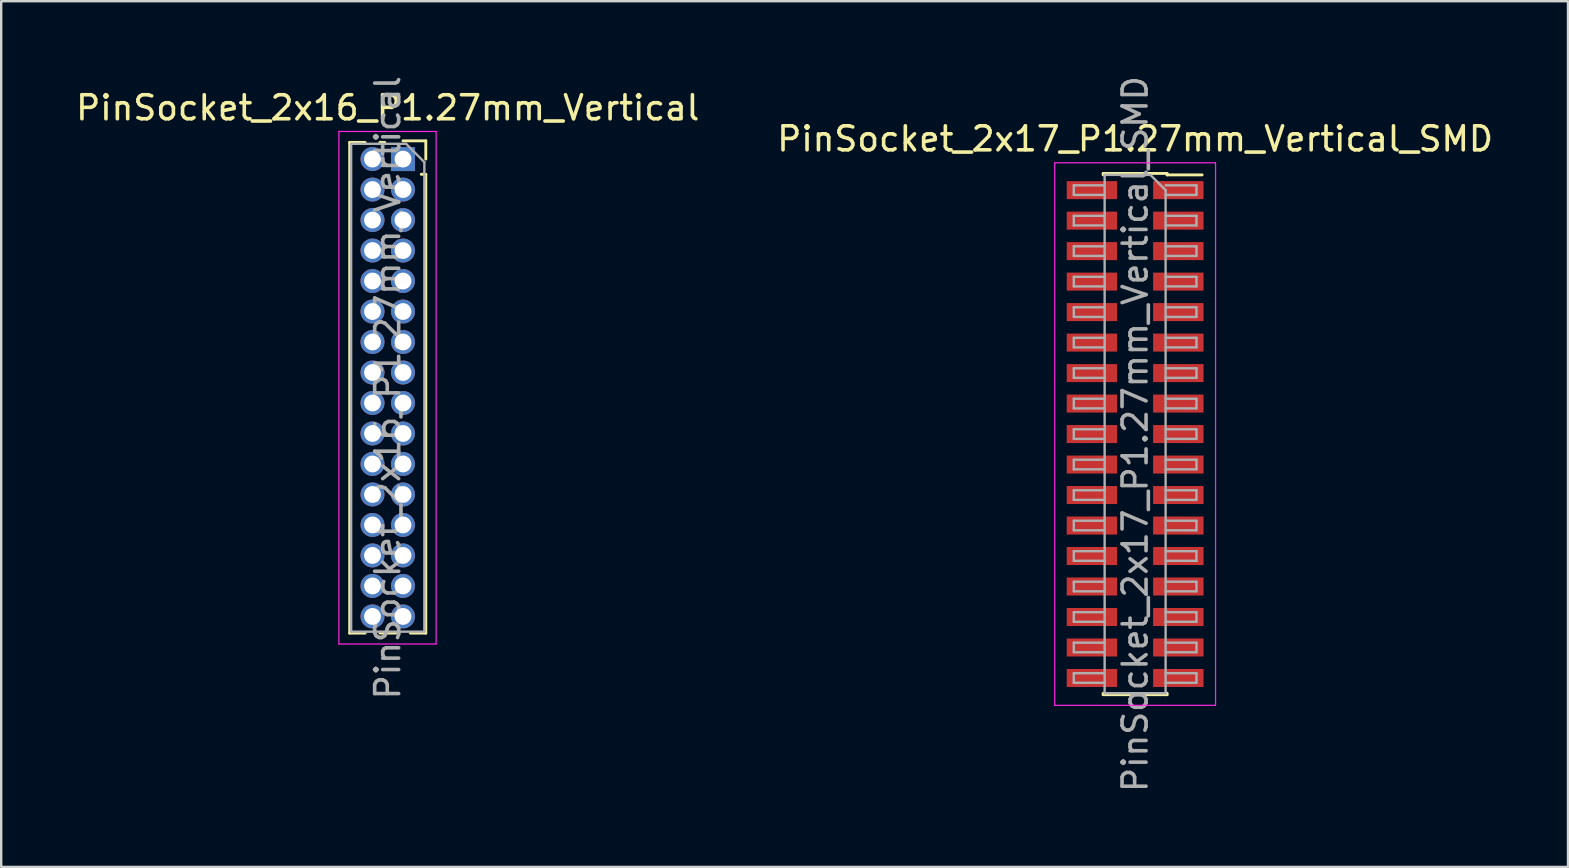
<source format=kicad_pcb>
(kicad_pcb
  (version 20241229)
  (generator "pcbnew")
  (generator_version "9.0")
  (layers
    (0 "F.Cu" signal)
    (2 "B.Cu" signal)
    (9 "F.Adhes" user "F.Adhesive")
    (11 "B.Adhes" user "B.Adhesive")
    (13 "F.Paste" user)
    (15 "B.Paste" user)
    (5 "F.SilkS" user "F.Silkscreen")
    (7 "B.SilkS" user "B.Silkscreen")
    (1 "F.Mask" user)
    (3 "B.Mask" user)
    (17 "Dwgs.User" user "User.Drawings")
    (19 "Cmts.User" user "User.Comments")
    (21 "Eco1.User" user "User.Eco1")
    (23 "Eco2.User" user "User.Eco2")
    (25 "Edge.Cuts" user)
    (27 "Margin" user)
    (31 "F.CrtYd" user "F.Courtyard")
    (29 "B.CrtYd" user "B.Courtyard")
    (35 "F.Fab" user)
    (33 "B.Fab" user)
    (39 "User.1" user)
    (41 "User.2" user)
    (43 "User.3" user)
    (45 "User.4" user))
  (footprint "PinSocket_2x16_P1.27mm_Vertical"
    (layer "F.Cu")
    (at 13.736 3.576)
    (property "Reference" "PinSocket_2x16_P1.27mm_Vertical" (at -0.635 -2.135 0) (layer "F.SilkS") (effects (font (size 1 1) (thickness 0.15))))
    (attr through_hole)
    (fp_line (start -2.22 -0.695) (end -2.22 19.745) (stroke (width 0.12) (type solid)) (layer "F.SilkS"))
    (fp_line (start -2.22 -0.695) (end -1.578 -0.695) (stroke (width 0.12) (type solid)) (layer "F.SilkS"))
    (fp_line (start -2.22 19.745) (end -1.578 19.745) (stroke (width 0.12) (type solid)) (layer "F.SilkS"))
    (fp_line (start -0.962 -0.695) (end -0.76 -0.695) (stroke (width 0.12) (type solid)) (layer "F.SilkS"))
    (fp_line (start -0.962 19.745) (end -0.308 19.745) (stroke (width 0.12) (type solid)) (layer "F.SilkS"))
    (fp_line (start 0 -0.76) (end 0.95 -0.76) (stroke (width 0.12) (type solid)) (layer "F.SilkS"))
    (fp_line (start 0.308 19.745) (end 0.95 19.745) (stroke (width 0.12) (type solid)) (layer "F.SilkS"))
    (fp_line (start 0.76 0.635) (end 0.95 0.635) (stroke (width 0.12) (type solid)) (layer "F.SilkS"))
    (fp_line (start 0.95 -0.76) (end 0.95 0) (stroke (width 0.12) (type solid)) (layer "F.SilkS"))
    (fp_line (start 0.95 0.635) (end 0.95 19.745) (stroke (width 0.12) (type solid)) (layer "F.SilkS"))
    (fp_line (start -2.67 -1.15) (end 1.38 -1.15) (stroke (width 0.05) (type solid)) (layer "F.CrtYd"))
    (fp_line (start -2.67 20.2) (end -2.67 -1.15) (stroke (width 0.05) (type solid)) (layer "F.CrtYd"))
    (fp_line (start 1.38 -1.15) (end 1.38 20.2) (stroke (width 0.05) (type solid)) (layer "F.CrtYd"))
    (fp_line (start 1.38 20.2) (end -2.67 20.2) (stroke (width 0.05) (type solid)) (layer "F.CrtYd"))
    (fp_line (start -2.16 -0.635) (end 0.128 -0.635) (stroke (width 0.1) (type solid)) (layer "F.Fab"))
    (fp_line (start -2.16 19.685) (end -2.16 -0.635) (stroke (width 0.1) (type solid)) (layer "F.Fab"))
    (fp_line (start 0.128 -0.635) (end 0.89 0.128) (stroke (width 0.1) (type solid)) (layer "F.Fab"))
    (fp_line (start 0.89 0.128) (end 0.89 19.685) (stroke (width 0.1) (type solid)) (layer "F.Fab"))
    (fp_line (start 0.89 19.685) (end -2.16 19.685) (stroke (width 0.1) (type solid)) (layer "F.Fab"))
    (fp_text user "${REFERENCE}" (at -0.635 9.525 90) (layer "F.Fab") (effects (font (size 1 1) (thickness 0.15))))
    (pad "1" thru_hole rect (at 0 0) (size 1 1) (drill 0.7) (layers "*.Cu" "*.Mask"))
    (pad "2" thru_hole oval (at -1.27 0) (size 1 1) (drill 0.7) (layers "*.Cu" "*.Mask"))
    (pad "3" thru_hole oval (at 0 1.27) (size 1 1) (drill 0.7) (layers "*.Cu" "*.Mask"))
    (pad "4" thru_hole oval (at -1.27 1.27) (size 1 1) (drill 0.7) (layers "*.Cu" "*.Mask"))
    (pad "5" thru_hole oval (at 0 2.54) (size 1 1) (drill 0.7) (layers "*.Cu" "*.Mask"))
    (pad "6" thru_hole oval (at -1.27 2.54) (size 1 1) (drill 0.7) (layers "*.Cu" "*.Mask"))
    (pad "7" thru_hole oval (at 0 3.81) (size 1 1) (drill 0.7) (layers "*.Cu" "*.Mask"))
    (pad "8" thru_hole oval (at -1.27 3.81) (size 1 1) (drill 0.7) (layers "*.Cu" "*.Mask"))
    (pad "9" thru_hole oval (at 0 5.08) (size 1 1) (drill 0.7) (layers "*.Cu" "*.Mask"))
    (pad "10" thru_hole oval (at -1.27 5.08) (size 1 1) (drill 0.7) (layers "*.Cu" "*.Mask"))
    (pad "11" thru_hole oval (at 0 6.35) (size 1 1) (drill 0.7) (layers "*.Cu" "*.Mask"))
    (pad "12" thru_hole oval (at -1.27 6.35) (size 1 1) (drill 0.7) (layers "*.Cu" "*.Mask"))
    (pad "13" thru_hole oval (at 0 7.62) (size 1 1) (drill 0.7) (layers "*.Cu" "*.Mask"))
    (pad "14" thru_hole oval (at -1.27 7.62) (size 1 1) (drill 0.7) (layers "*.Cu" "*.Mask"))
    (pad "15" thru_hole oval (at 0 8.89) (size 1 1) (drill 0.7) (layers "*.Cu" "*.Mask"))
    (pad "16" thru_hole oval (at -1.27 8.89) (size 1 1) (drill 0.7) (layers "*.Cu" "*.Mask"))
    (pad "17" thru_hole oval (at 0 10.16) (size 1 1) (drill 0.7) (layers "*.Cu" "*.Mask"))
    (pad "18" thru_hole oval (at -1.27 10.16) (size 1 1) (drill 0.7) (layers "*.Cu" "*.Mask"))
    (pad "19" thru_hole oval (at 0 11.43) (size 1 1) (drill 0.7) (layers "*.Cu" "*.Mask"))
    (pad "20" thru_hole oval (at -1.27 11.43) (size 1 1) (drill 0.7) (layers "*.Cu" "*.Mask"))
    (pad "21" thru_hole oval (at 0 12.7) (size 1 1) (drill 0.7) (layers "*.Cu" "*.Mask"))
    (pad "22" thru_hole oval (at -1.27 12.7) (size 1 1) (drill 0.7) (layers "*.Cu" "*.Mask"))
    (pad "23" thru_hole oval (at 0 13.97) (size 1 1) (drill 0.7) (layers "*.Cu" "*.Mask"))
    (pad "24" thru_hole oval (at -1.27 13.97) (size 1 1) (drill 0.7) (layers "*.Cu" "*.Mask"))
    (pad "25" thru_hole oval (at 0 15.24) (size 1 1) (drill 0.7) (layers "*.Cu" "*.Mask"))
    (pad "26" thru_hole oval (at -1.27 15.24) (size 1 1) (drill 0.7) (layers "*.Cu" "*.Mask"))
    (pad "27" thru_hole oval (at 0 16.51) (size 1 1) (drill 0.7) (layers "*.Cu" "*.Mask"))
    (pad "28" thru_hole oval (at -1.27 16.51) (size 1 1) (drill 0.7) (layers "*.Cu" "*.Mask"))
    (pad "29" thru_hole oval (at 0 17.78) (size 1 1) (drill 0.7) (layers "*.Cu" "*.Mask"))
    (pad "30" thru_hole oval (at -1.27 17.78) (size 1 1) (drill 0.7) (layers "*.Cu" "*.Mask"))
    (pad "31" thru_hole oval (at 0 19.05) (size 1 1) (drill 0.7) (layers "*.Cu" "*.Mask"))
    (pad "32" thru_hole oval (at -1.27 19.05) (size 1 1) (drill 0.7) (layers "*.Cu" "*.Mask")))
  (footprint "PinSocket_2x17_P1.27mm_Vertical_SMD"
    (layer "F.Cu")
    (at 44.232 15.03)
    (property "Reference" "PinSocket_2x17_P1.27mm_Vertical_SMD" (at 0 -12.295 0) (layer "F.SilkS") (effects (font (size 1 1) (thickness 0.15))))
    (attr smd)
    (fp_line (start -1.33 -10.855) (end -1.33 -10.795) (stroke (width 0.12) (type solid)) (layer "F.SilkS"))
    (fp_line (start -1.33 -10.855) (end 1.33 -10.855) (stroke (width 0.12) (type solid)) (layer "F.SilkS"))
    (fp_line (start -1.33 10.795) (end -1.33 10.855) (stroke (width 0.12) (type solid)) (layer "F.SilkS"))
    (fp_line (start -1.33 10.855) (end 1.33 10.855) (stroke (width 0.12) (type solid)) (layer "F.SilkS"))
    (fp_line (start 1.33 -10.855) (end 1.33 -10.795) (stroke (width 0.12) (type solid)) (layer "F.SilkS"))
    (fp_line (start 1.33 -10.795) (end 2.79 -10.795) (stroke (width 0.12) (type solid)) (layer "F.SilkS"))
    (fp_line (start 1.33 10.795) (end 1.33 10.855) (stroke (width 0.12) (type solid)) (layer "F.SilkS"))
    (fp_line (start -3.35 -11.3) (end 3.35 -11.3) (stroke (width 0.05) (type solid)) (layer "F.CrtYd"))
    (fp_line (start -3.35 11.3) (end -3.35 -11.3) (stroke (width 0.05) (type solid)) (layer "F.CrtYd"))
    (fp_line (start 3.35 -11.3) (end 3.35 11.3) (stroke (width 0.05) (type solid)) (layer "F.CrtYd"))
    (fp_line (start 3.35 11.3) (end -3.35 11.3) (stroke (width 0.05) (type solid)) (layer "F.CrtYd"))
    (fp_line (start -2.555 -10.36) (end -1.27 -10.36) (stroke (width 0.1) (type solid)) (layer "F.Fab"))
    (fp_line (start -2.555 -9.96) (end -2.555 -10.36) (stroke (width 0.1) (type solid)) (layer "F.Fab"))
    (fp_line (start -2.555 -9.09) (end -1.27 -9.09) (stroke (width 0.1) (type solid)) (layer "F.Fab"))
    (fp_line (start -2.555 -8.69) (end -2.555 -9.09) (stroke (width 0.1) (type solid)) (layer "F.Fab"))
    (fp_line (start -2.555 -7.82) (end -1.27 -7.82) (stroke (width 0.1) (type solid)) (layer "F.Fab"))
    (fp_line (start -2.555 -7.42) (end -2.555 -7.82) (stroke (width 0.1) (type solid)) (layer "F.Fab"))
    (fp_line (start -2.555 -6.55) (end -1.27 -6.55) (stroke (width 0.1) (type solid)) (layer "F.Fab"))
    (fp_line (start -2.555 -6.15) (end -2.555 -6.55) (stroke (width 0.1) (type solid)) (layer "F.Fab"))
    (fp_line (start -2.555 -5.28) (end -1.27 -5.28) (stroke (width 0.1) (type solid)) (layer "F.Fab"))
    (fp_line (start -2.555 -4.88) (end -2.555 -5.28) (stroke (width 0.1) (type solid)) (layer "F.Fab"))
    (fp_line (start -2.555 -4.01) (end -1.27 -4.01) (stroke (width 0.1) (type solid)) (layer "F.Fab"))
    (fp_line (start -2.555 -3.61) (end -2.555 -4.01) (stroke (width 0.1) (type solid)) (layer "F.Fab"))
    (fp_line (start -2.555 -2.74) (end -1.27 -2.74) (stroke (width 0.1) (type solid)) (layer "F.Fab"))
    (fp_line (start -2.555 -2.34) (end -2.555 -2.74) (stroke (width 0.1) (type solid)) (layer "F.Fab"))
    (fp_line (start -2.555 -1.47) (end -1.27 -1.47) (stroke (width 0.1) (type solid)) (layer "F.Fab"))
    (fp_line (start -2.555 -1.07) (end -2.555 -1.47) (stroke (width 0.1) (type solid)) (layer "F.Fab"))
    (fp_line (start -2.555 -0.2) (end -1.27 -0.2) (stroke (width 0.1) (type solid)) (layer "F.Fab"))
    (fp_line (start -2.555 0.2) (end -2.555 -0.2) (stroke (width 0.1) (type solid)) (layer "F.Fab"))
    (fp_line (start -2.555 1.07) (end -1.27 1.07) (stroke (width 0.1) (type solid)) (layer "F.Fab"))
    (fp_line (start -2.555 1.47) (end -2.555 1.07) (stroke (width 0.1) (type solid)) (layer "F.Fab"))
    (fp_line (start -2.555 2.34) (end -1.27 2.34) (stroke (width 0.1) (type solid)) (layer "F.Fab"))
    (fp_line (start -2.555 2.74) (end -2.555 2.34) (stroke (width 0.1) (type solid)) (layer "F.Fab"))
    (fp_line (start -2.555 3.61) (end -1.27 3.61) (stroke (width 0.1) (type solid)) (layer "F.Fab"))
    (fp_line (start -2.555 4.01) (end -2.555 3.61) (stroke (width 0.1) (type solid)) (layer "F.Fab"))
    (fp_line (start -2.555 4.88) (end -1.27 4.88) (stroke (width 0.1) (type solid)) (layer "F.Fab"))
    (fp_line (start -2.555 5.28) (end -2.555 4.88) (stroke (width 0.1) (type solid)) (layer "F.Fab"))
    (fp_line (start -2.555 6.15) (end -1.27 6.15) (stroke (width 0.1) (type solid)) (layer "F.Fab"))
    (fp_line (start -2.555 6.55) (end -2.555 6.15) (stroke (width 0.1) (type solid)) (layer "F.Fab"))
    (fp_line (start -2.555 7.42) (end -1.27 7.42) (stroke (width 0.1) (type solid)) (layer "F.Fab"))
    (fp_line (start -2.555 7.82) (end -2.555 7.42) (stroke (width 0.1) (type solid)) (layer "F.Fab"))
    (fp_line (start -2.555 8.69) (end -1.27 8.69) (stroke (width 0.1) (type solid)) (layer "F.Fab"))
    (fp_line (start -2.555 9.09) (end -2.555 8.69) (stroke (width 0.1) (type solid)) (layer "F.Fab"))
    (fp_line (start -2.555 9.96) (end -1.27 9.96) (stroke (width 0.1) (type solid)) (layer "F.Fab"))
    (fp_line (start -2.555 10.36) (end -2.555 9.96) (stroke (width 0.1) (type solid)) (layer "F.Fab"))
    (fp_line (start -1.27 -10.795) (end 0.635 -10.795) (stroke (width 0.1) (type solid)) (layer "F.Fab"))
    (fp_line (start -1.27 -9.96) (end -2.555 -9.96) (stroke (width 0.1) (type solid)) (layer "F.Fab"))
    (fp_line (start -1.27 -8.69) (end -2.555 -8.69) (stroke (width 0.1) (type solid)) (layer "F.Fab"))
    (fp_line (start -1.27 -7.42) (end -2.555 -7.42) (stroke (width 0.1) (type solid)) (layer "F.Fab"))
    (fp_line (start -1.27 -6.15) (end -2.555 -6.15) (stroke (width 0.1) (type solid)) (layer "F.Fab"))
    (fp_line (start -1.27 -4.88) (end -2.555 -4.88) (stroke (width 0.1) (type solid)) (layer "F.Fab"))
    (fp_line (start -1.27 -3.61) (end -2.555 -3.61) (stroke (width 0.1) (type solid)) (layer "F.Fab"))
    (fp_line (start -1.27 -2.34) (end -2.555 -2.34) (stroke (width 0.1) (type solid)) (layer "F.Fab"))
    (fp_line (start -1.27 -1.07) (end -2.555 -1.07) (stroke (width 0.1) (type solid)) (layer "F.Fab"))
    (fp_line (start -1.27 0.2) (end -2.555 0.2) (stroke (width 0.1) (type solid)) (layer "F.Fab"))
    (fp_line (start -1.27 1.47) (end -2.555 1.47) (stroke (width 0.1) (type solid)) (layer "F.Fab"))
    (fp_line (start -1.27 2.74) (end -2.555 2.74) (stroke (width 0.1) (type solid)) (layer "F.Fab"))
    (fp_line (start -1.27 4.01) (end -2.555 4.01) (stroke (width 0.1) (type solid)) (layer "F.Fab"))
    (fp_line (start -1.27 5.28) (end -2.555 5.28) (stroke (width 0.1) (type solid)) (layer "F.Fab"))
    (fp_line (start -1.27 6.55) (end -2.555 6.55) (stroke (width 0.1) (type solid)) (layer "F.Fab"))
    (fp_line (start -1.27 7.82) (end -2.555 7.82) (stroke (width 0.1) (type solid)) (layer "F.Fab"))
    (fp_line (start -1.27 9.09) (end -2.555 9.09) (stroke (width 0.1) (type solid)) (layer "F.Fab"))
    (fp_line (start -1.27 10.36) (end -2.555 10.36) (stroke (width 0.1) (type solid)) (layer "F.Fab"))
    (fp_line (start -1.27 10.795) (end -1.27 -10.795) (stroke (width 0.1) (type solid)) (layer "F.Fab"))
    (fp_line (start 0.635 -10.795) (end 1.27 -10.16) (stroke (width 0.1) (type solid)) (layer "F.Fab"))
    (fp_line (start 1.27 -10.36) (end 2.555 -10.36) (stroke (width 0.1) (type solid)) (layer "F.Fab"))
    (fp_line (start 1.27 -10.16) (end 1.27 10.795) (stroke (width 0.1) (type solid)) (layer "F.Fab"))
    (fp_line (start 1.27 -9.09) (end 2.555 -9.09) (stroke (width 0.1) (type solid)) (layer "F.Fab"))
    (fp_line (start 1.27 -7.82) (end 2.555 -7.82) (stroke (width 0.1) (type solid)) (layer "F.Fab"))
    (fp_line (start 1.27 -6.55) (end 2.555 -6.55) (stroke (width 0.1) (type solid)) (layer "F.Fab"))
    (fp_line (start 1.27 -5.28) (end 2.555 -5.28) (stroke (width 0.1) (type solid)) (layer "F.Fab"))
    (fp_line (start 1.27 -4.01) (end 2.555 -4.01) (stroke (width 0.1) (type solid)) (layer "F.Fab"))
    (fp_line (start 1.27 -2.74) (end 2.555 -2.74) (stroke (width 0.1) (type solid)) (layer "F.Fab"))
    (fp_line (start 1.27 -1.47) (end 2.555 -1.47) (stroke (width 0.1) (type solid)) (layer "F.Fab"))
    (fp_line (start 1.27 -0.2) (end 2.555 -0.2) (stroke (width 0.1) (type solid)) (layer "F.Fab"))
    (fp_line (start 1.27 1.07) (end 2.555 1.07) (stroke (width 0.1) (type solid)) (layer "F.Fab"))
    (fp_line (start 1.27 2.34) (end 2.555 2.34) (stroke (width 0.1) (type solid)) (layer "F.Fab"))
    (fp_line (start 1.27 3.61) (end 2.555 3.61) (stroke (width 0.1) (type solid)) (layer "F.Fab"))
    (fp_line (start 1.27 4.88) (end 2.555 4.88) (stroke (width 0.1) (type solid)) (layer "F.Fab"))
    (fp_line (start 1.27 6.15) (end 2.555 6.15) (stroke (width 0.1) (type solid)) (layer "F.Fab"))
    (fp_line (start 1.27 7.42) (end 2.555 7.42) (stroke (width 0.1) (type solid)) (layer "F.Fab"))
    (fp_line (start 1.27 8.69) (end 2.555 8.69) (stroke (width 0.1) (type solid)) (layer "F.Fab"))
    (fp_line (start 1.27 9.96) (end 2.555 9.96) (stroke (width 0.1) (type solid)) (layer "F.Fab"))
    (fp_line (start 1.27 10.795) (end -1.27 10.795) (stroke (width 0.1) (type solid)) (layer "F.Fab"))
    (fp_line (start 2.555 -10.36) (end 2.555 -9.96) (stroke (width 0.1) (type solid)) (layer "F.Fab"))
    (fp_line (start 2.555 -9.96) (end 1.27 -9.96) (stroke (width 0.1) (type solid)) (layer "F.Fab"))
    (fp_line (start 2.555 -9.09) (end 2.555 -8.69) (stroke (width 0.1) (type solid)) (layer "F.Fab"))
    (fp_line (start 2.555 -8.69) (end 1.27 -8.69) (stroke (width 0.1) (type solid)) (layer "F.Fab"))
    (fp_line (start 2.555 -7.82) (end 2.555 -7.42) (stroke (width 0.1) (type solid)) (layer "F.Fab"))
    (fp_line (start 2.555 -7.42) (end 1.27 -7.42) (stroke (width 0.1) (type solid)) (layer "F.Fab"))
    (fp_line (start 2.555 -6.55) (end 2.555 -6.15) (stroke (width 0.1) (type solid)) (layer "F.Fab"))
    (fp_line (start 2.555 -6.15) (end 1.27 -6.15) (stroke (width 0.1) (type solid)) (layer "F.Fab"))
    (fp_line (start 2.555 -5.28) (end 2.555 -4.88) (stroke (width 0.1) (type solid)) (layer "F.Fab"))
    (fp_line (start 2.555 -4.88) (end 1.27 -4.88) (stroke (width 0.1) (type solid)) (layer "F.Fab"))
    (fp_line (start 2.555 -4.01) (end 2.555 -3.61) (stroke (width 0.1) (type solid)) (layer "F.Fab"))
    (fp_line (start 2.555 -3.61) (end 1.27 -3.61) (stroke (width 0.1) (type solid)) (layer "F.Fab"))
    (fp_line (start 2.555 -2.74) (end 2.555 -2.34) (stroke (width 0.1) (type solid)) (layer "F.Fab"))
    (fp_line (start 2.555 -2.34) (end 1.27 -2.34) (stroke (width 0.1) (type solid)) (layer "F.Fab"))
    (fp_line (start 2.555 -1.47) (end 2.555 -1.07) (stroke (width 0.1) (type solid)) (layer "F.Fab"))
    (fp_line (start 2.555 -1.07) (end 1.27 -1.07) (stroke (width 0.1) (type solid)) (layer "F.Fab"))
    (fp_line (start 2.555 -0.2) (end 2.555 0.2) (stroke (width 0.1) (type solid)) (layer "F.Fab"))
    (fp_line (start 2.555 0.2) (end 1.27 0.2) (stroke (width 0.1) (type solid)) (layer "F.Fab"))
    (fp_line (start 2.555 1.07) (end 2.555 1.47) (stroke (width 0.1) (type solid)) (layer "F.Fab"))
    (fp_line (start 2.555 1.47) (end 1.27 1.47) (stroke (width 0.1) (type solid)) (layer "F.Fab"))
    (fp_line (start 2.555 2.34) (end 2.555 2.74) (stroke (width 0.1) (type solid)) (layer "F.Fab"))
    (fp_line (start 2.555 2.74) (end 1.27 2.74) (stroke (width 0.1) (type solid)) (layer "F.Fab"))
    (fp_line (start 2.555 3.61) (end 2.555 4.01) (stroke (width 0.1) (type solid)) (layer "F.Fab"))
    (fp_line (start 2.555 4.01) (end 1.27 4.01) (stroke (width 0.1) (type solid)) (layer "F.Fab"))
    (fp_line (start 2.555 4.88) (end 2.555 5.28) (stroke (width 0.1) (type solid)) (layer "F.Fab"))
    (fp_line (start 2.555 5.28) (end 1.27 5.28) (stroke (width 0.1) (type solid)) (layer "F.Fab"))
    (fp_line (start 2.555 6.15) (end 2.555 6.55) (stroke (width 0.1) (type solid)) (layer "F.Fab"))
    (fp_line (start 2.555 6.55) (end 1.27 6.55) (stroke (width 0.1) (type solid)) (layer "F.Fab"))
    (fp_line (start 2.555 7.42) (end 2.555 7.82) (stroke (width 0.1) (type solid)) (layer "F.Fab"))
    (fp_line (start 2.555 7.82) (end 1.27 7.82) (stroke (width 0.1) (type solid)) (layer "F.Fab"))
    (fp_line (start 2.555 8.69) (end 2.555 9.09) (stroke (width 0.1) (type solid)) (layer "F.Fab"))
    (fp_line (start 2.555 9.09) (end 1.27 9.09) (stroke (width 0.1) (type solid)) (layer "F.Fab"))
    (fp_line (start 2.555 9.96) (end 2.555 10.36) (stroke (width 0.1) (type solid)) (layer "F.Fab"))
    (fp_line (start 2.555 10.36) (end 1.27 10.36) (stroke (width 0.1) (type solid)) (layer "F.Fab"))
    (fp_text user "${REFERENCE}" (at 0 0 90) (layer "F.Fab") (effects (font (size 1 1) (thickness 0.15))))
    (pad "1" smd rect (at 1.8 -10.16) (size 2.1 0.75) (layers "F.Cu" "F.Mask" "F.Paste"))
    (pad "2" smd rect (at -1.8 -10.16) (size 2.1 0.75) (layers "F.Cu" "F.Mask" "F.Paste"))
    (pad "3" smd rect (at 1.8 -8.89) (size 2.1 0.75) (layers "F.Cu" "F.Mask" "F.Paste"))
    (pad "4" smd rect (at -1.8 -8.89) (size 2.1 0.75) (layers "F.Cu" "F.Mask" "F.Paste"))
    (pad "5" smd rect (at 1.8 -7.62) (size 2.1 0.75) (layers "F.Cu" "F.Mask" "F.Paste"))
    (pad "6" smd rect (at -1.8 -7.62) (size 2.1 0.75) (layers "F.Cu" "F.Mask" "F.Paste"))
    (pad "7" smd rect (at 1.8 -6.35) (size 2.1 0.75) (layers "F.Cu" "F.Mask" "F.Paste"))
    (pad "8" smd rect (at -1.8 -6.35) (size 2.1 0.75) (layers "F.Cu" "F.Mask" "F.Paste"))
    (pad "9" smd rect (at 1.8 -5.08) (size 2.1 0.75) (layers "F.Cu" "F.Mask" "F.Paste"))
    (pad "10" smd rect (at -1.8 -5.08) (size 2.1 0.75) (layers "F.Cu" "F.Mask" "F.Paste"))
    (pad "11" smd rect (at 1.8 -3.81) (size 2.1 0.75) (layers "F.Cu" "F.Mask" "F.Paste"))
    (pad "12" smd rect (at -1.8 -3.81) (size 2.1 0.75) (layers "F.Cu" "F.Mask" "F.Paste"))
    (pad "13" smd rect (at 1.8 -2.54) (size 2.1 0.75) (layers "F.Cu" "F.Mask" "F.Paste"))
    (pad "14" smd rect (at -1.8 -2.54) (size 2.1 0.75) (layers "F.Cu" "F.Mask" "F.Paste"))
    (pad "15" smd rect (at 1.8 -1.27) (size 2.1 0.75) (layers "F.Cu" "F.Mask" "F.Paste"))
    (pad "16" smd rect (at -1.8 -1.27) (size 2.1 0.75) (layers "F.Cu" "F.Mask" "F.Paste"))
    (pad "17" smd rect (at 1.8 0) (size 2.1 0.75) (layers "F.Cu" "F.Mask" "F.Paste"))
    (pad "18" smd rect (at -1.8 0) (size 2.1 0.75) (layers "F.Cu" "F.Mask" "F.Paste"))
    (pad "19" smd rect (at 1.8 1.27) (size 2.1 0.75) (layers "F.Cu" "F.Mask" "F.Paste"))
    (pad "20" smd rect (at -1.8 1.27) (size 2.1 0.75) (layers "F.Cu" "F.Mask" "F.Paste"))
    (pad "21" smd rect (at 1.8 2.54) (size 2.1 0.75) (layers "F.Cu" "F.Mask" "F.Paste"))
    (pad "22" smd rect (at -1.8 2.54) (size 2.1 0.75) (layers "F.Cu" "F.Mask" "F.Paste"))
    (pad "23" smd rect (at 1.8 3.81) (size 2.1 0.75) (layers "F.Cu" "F.Mask" "F.Paste"))
    (pad "24" smd rect (at -1.8 3.81) (size 2.1 0.75) (layers "F.Cu" "F.Mask" "F.Paste"))
    (pad "25" smd rect (at 1.8 5.08) (size 2.1 0.75) (layers "F.Cu" "F.Mask" "F.Paste"))
    (pad "26" smd rect (at -1.8 5.08) (size 2.1 0.75) (layers "F.Cu" "F.Mask" "F.Paste"))
    (pad "27" smd rect (at 1.8 6.35) (size 2.1 0.75) (layers "F.Cu" "F.Mask" "F.Paste"))
    (pad "28" smd rect (at -1.8 6.35) (size 2.1 0.75) (layers "F.Cu" "F.Mask" "F.Paste"))
    (pad "29" smd rect (at 1.8 7.62) (size 2.1 0.75) (layers "F.Cu" "F.Mask" "F.Paste"))
    (pad "30" smd rect (at -1.8 7.62) (size 2.1 0.75) (layers "F.Cu" "F.Mask" "F.Paste"))
    (pad "31" smd rect (at 1.8 8.89) (size 2.1 0.75) (layers "F.Cu" "F.Mask" "F.Paste"))
    (pad "32" smd rect (at -1.8 8.89) (size 2.1 0.75) (layers "F.Cu" "F.Mask" "F.Paste"))
    (pad "33" smd rect (at 1.8 10.16) (size 2.1 0.75) (layers "F.Cu" "F.Mask" "F.Paste"))
    (pad "34" smd rect (at -1.8 10.16) (size 2.1 0.75) (layers "F.Cu" "F.Mask" "F.Paste")))
  (gr_rect
    (start -3 -3)
    (end 62.262 33.06)
    (stroke (width 0.1) (type default))
    (fill no)
    (layer "Edge.Cuts")))
</source>
